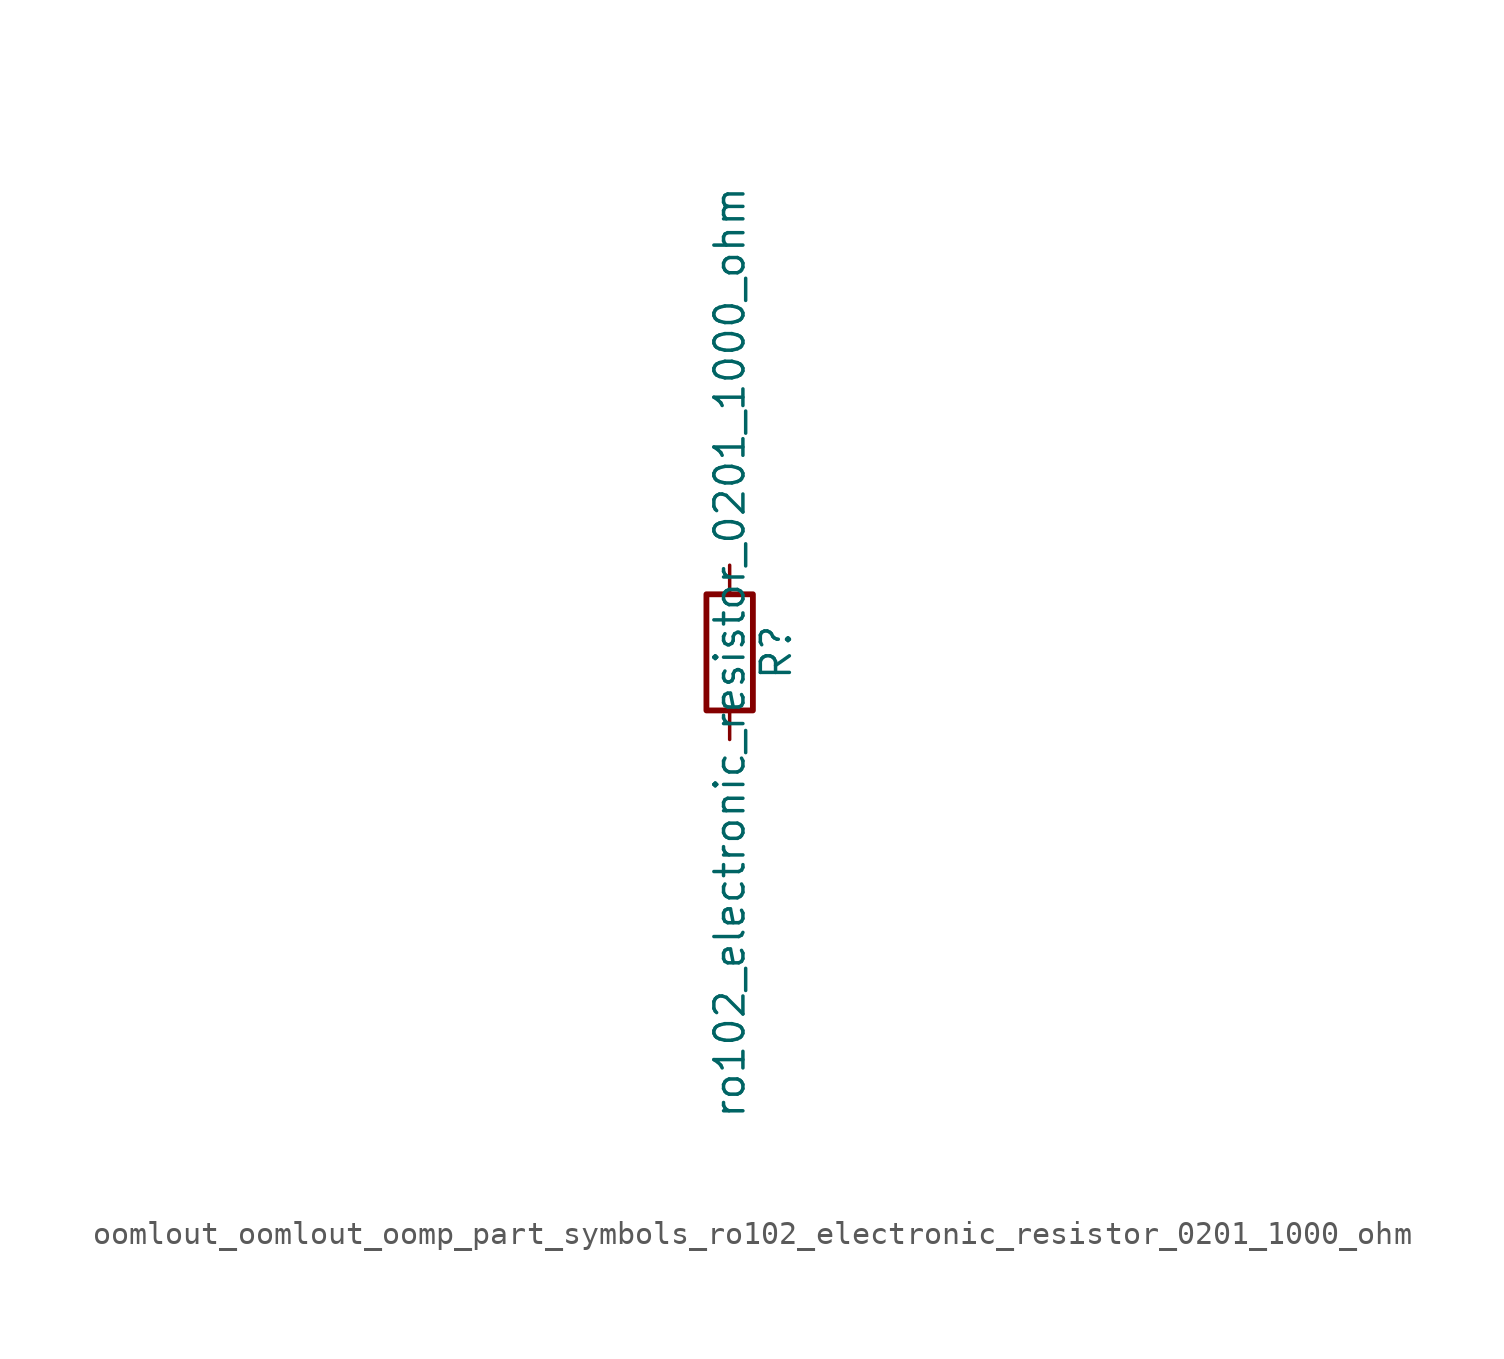
<source format=kicad_sym>
(kicad_symbol_lib
  (version 20220914)
  (generator kicad_symbol_editor)
  (symbol "oomlout_oomlout_oomp_part_symbols_ro102_electronic_resistor_0201_1000_ohm"
    (pin_numbers hide)
    (pin_names
      (offset 0))
    (property "Reference" "R"
      (at 2.032 0 90)
      (effects (font (size 1.27 1.27))))
    (property "Value" "ro102_electronic_resistor_0201_1000_ohm"
      (at 0 0 90)
      (effects (font (size 1.27 1.27))))
    (symbol "oomlout_oomlout_oomp_part_symbols_ro102_electronic_resistor_0201_1000_ohm_0_1"
      (rectangle (start -1.016 -2.54) (end 1.016 2.54) (stroke (width 0.254) (type default)) (fill (type none))))
    (symbol "oomlout_oomlout_oomp_part_symbols_ro102_electronic_resistor_0201_1000_ohm_1_1"
      (pin passive line (at 0 3.81 270) (length 1.27) (name "~" (effects (font (size 1.27 1.27)))) (number "1" (effects (font (size 1.27 1.27)))))
      (pin passive line (at 0 -3.81 90) (length 1.27) (name "~" (effects (font (size 1.27 1.27)))) (number "2" (effects (font (size 1.27 1.27))))))))
</source>
